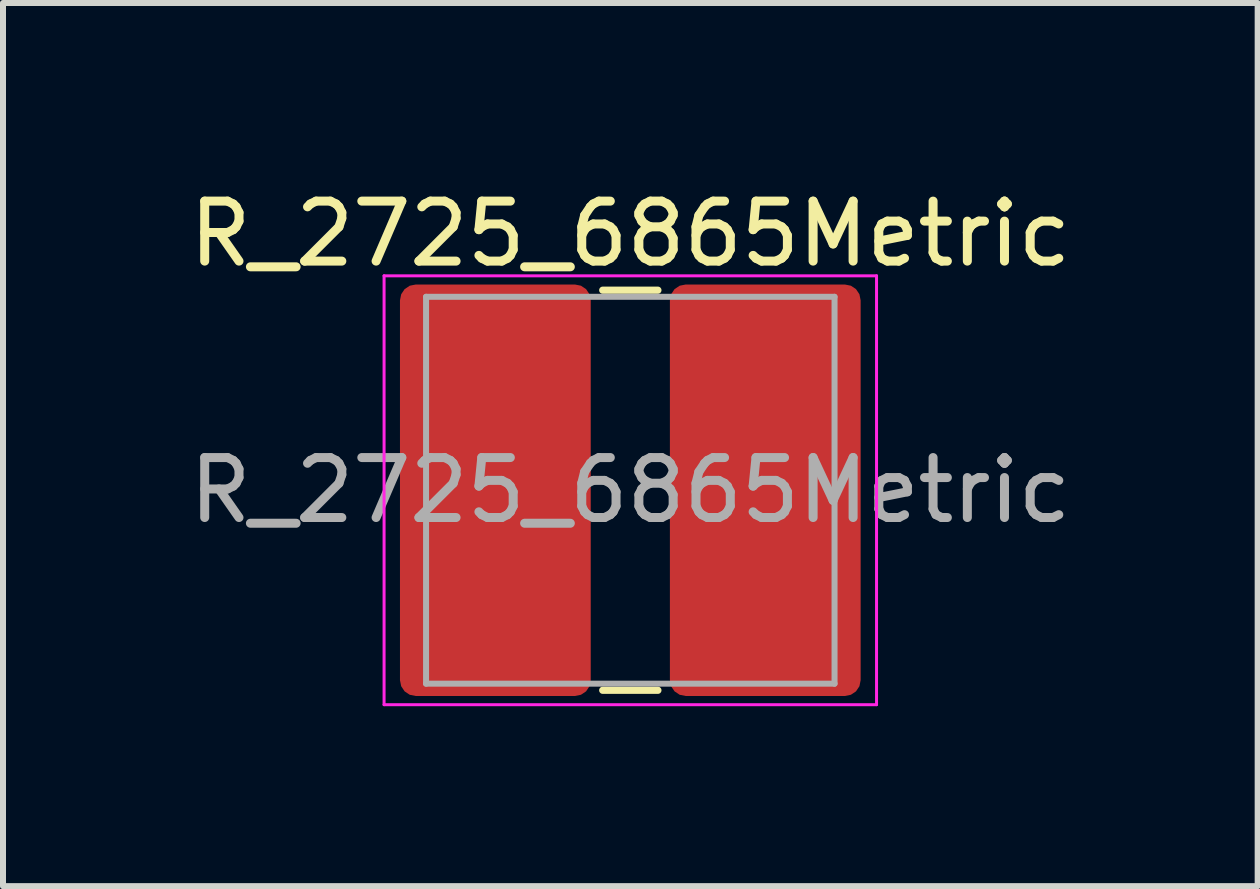
<source format=kicad_pcb>
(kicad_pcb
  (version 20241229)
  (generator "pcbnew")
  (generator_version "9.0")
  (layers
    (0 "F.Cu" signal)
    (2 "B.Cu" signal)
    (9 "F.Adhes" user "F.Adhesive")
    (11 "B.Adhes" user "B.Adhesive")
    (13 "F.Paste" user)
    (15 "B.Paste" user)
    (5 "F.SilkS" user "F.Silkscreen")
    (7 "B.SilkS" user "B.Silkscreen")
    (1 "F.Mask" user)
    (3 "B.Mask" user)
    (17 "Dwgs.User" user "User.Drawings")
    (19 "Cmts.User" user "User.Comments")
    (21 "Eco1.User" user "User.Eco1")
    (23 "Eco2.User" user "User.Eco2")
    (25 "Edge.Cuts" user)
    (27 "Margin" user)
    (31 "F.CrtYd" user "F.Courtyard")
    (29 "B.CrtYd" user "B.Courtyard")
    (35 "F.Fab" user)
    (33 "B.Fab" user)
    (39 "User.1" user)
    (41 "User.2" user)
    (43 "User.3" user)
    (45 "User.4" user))
  (footprint "R_2725_6865Metric"
    (layer "F.Cu")
    (at 7.458 5.123)
    (property "Reference" "R_2725_6865Metric" (at 0 -4.275 0) (layer "F.SilkS") (effects (font (size 1 1) (thickness 0.15))))
    (attr smd)
    (fp_line (start -0.46 -3.335) (end 0.46 -3.335) (stroke (width 0.12) (type solid)) (layer "F.SilkS"))
    (fp_line (start -0.46 3.335) (end 0.46 3.335) (stroke (width 0.12) (type solid)) (layer "F.SilkS"))
    (fp_line (start -4.105 -3.575) (end 4.105 -3.575) (stroke (width 0.05) (type solid)) (layer "F.CrtYd"))
    (fp_line (start -4.105 3.575) (end -4.105 -3.575) (stroke (width 0.05) (type solid)) (layer "F.CrtYd"))
    (fp_line (start 4.105 -3.575) (end 4.105 3.575) (stroke (width 0.05) (type solid)) (layer "F.CrtYd"))
    (fp_line (start 4.105 3.575) (end -4.105 3.575) (stroke (width 0.05) (type solid)) (layer "F.CrtYd"))
    (fp_line (start -3.405 -3.225) (end 3.405 -3.225) (stroke (width 0.1) (type solid)) (layer "F.Fab"))
    (fp_line (start -3.405 3.225) (end -3.405 -3.225) (stroke (width 0.1) (type solid)) (layer "F.Fab"))
    (fp_line (start 3.405 -3.225) (end 3.405 3.225) (stroke (width 0.1) (type solid)) (layer "F.Fab"))
    (fp_line (start 3.405 3.225) (end -3.405 3.225) (stroke (width 0.1) (type solid)) (layer "F.Fab"))
    (fp_text user "${REFERENCE}" (at 0 0 0) (layer "F.Fab") (effects (font (size 1 1) (thickness 0.15))))
    (pad "1" smd roundrect (at -2.25 0) (size 3.18 6.86) (layers "F.Cu" "F.Mask" "F.Paste") (roundrect_rratio 0.083))
    (pad "2" smd roundrect (at 2.25 0) (size 3.18 6.86) (layers "F.Cu" "F.Mask" "F.Paste") (roundrect_rratio 0.083)))
  (gr_rect
    (start -3 -3)
    (end 17.917 11.723)
    (stroke (width 0.1) (type default))
    (fill no)
    (layer "Edge.Cuts")))
</source>
